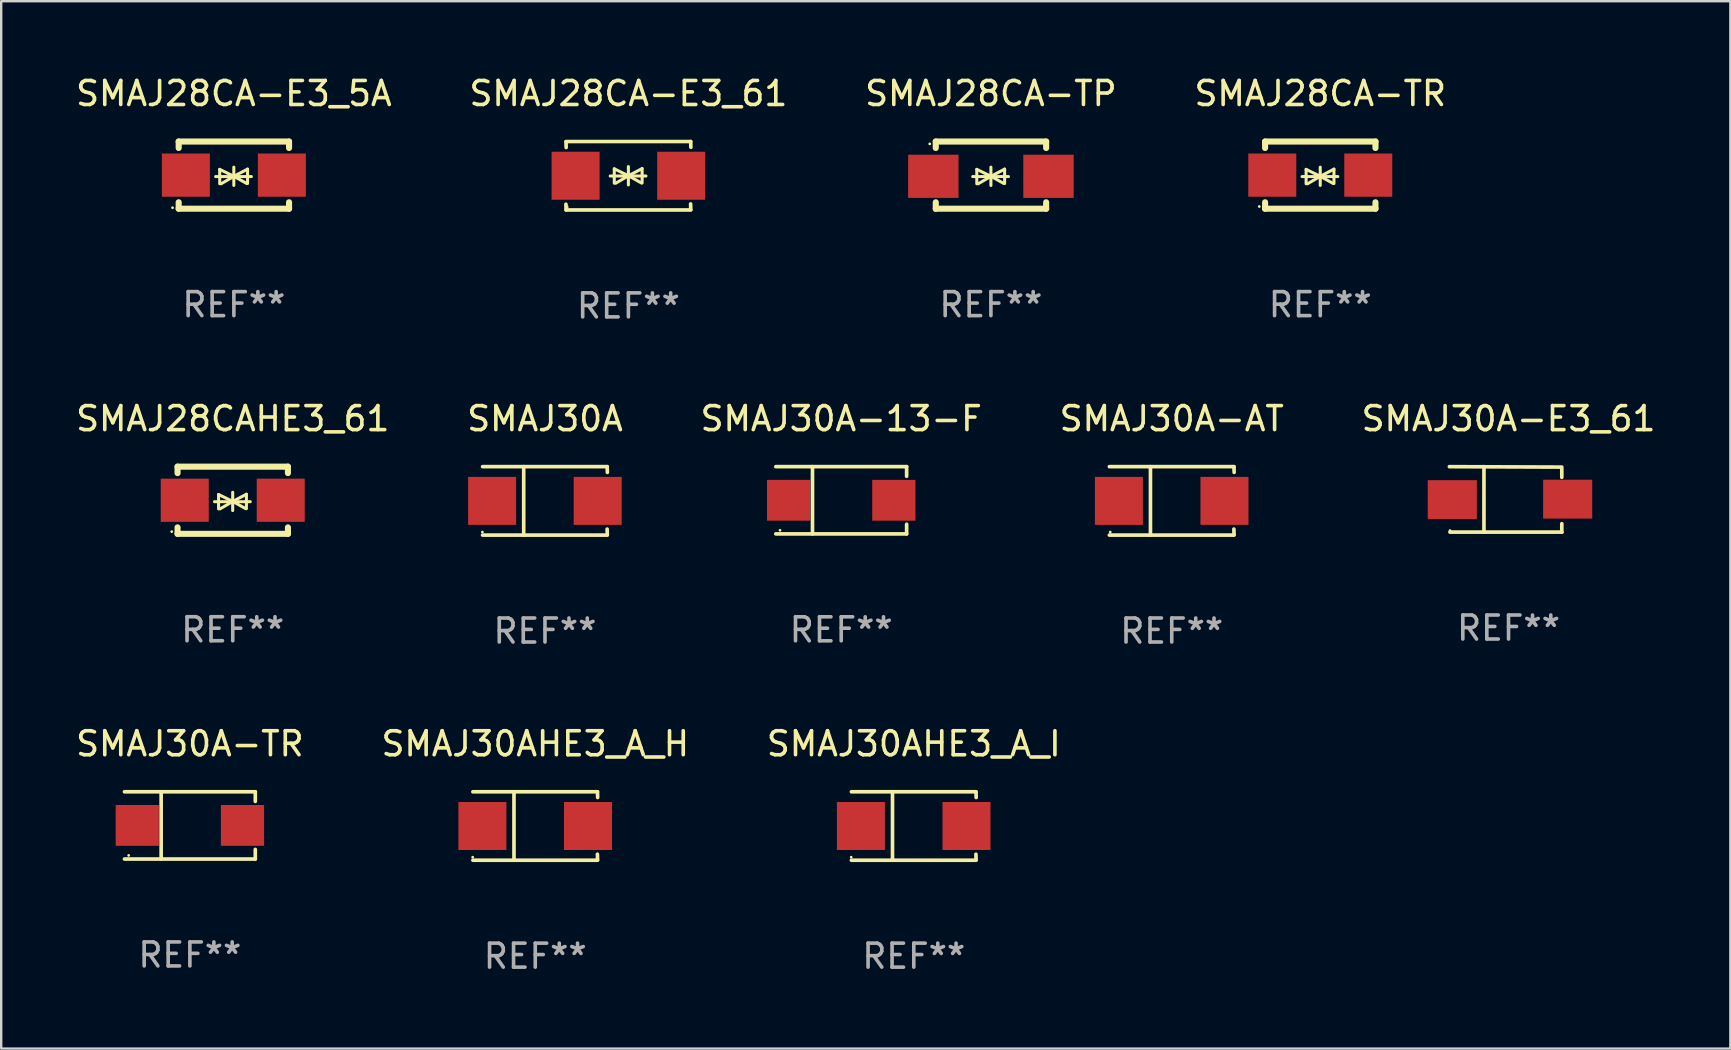
<source format=kicad_pcb>
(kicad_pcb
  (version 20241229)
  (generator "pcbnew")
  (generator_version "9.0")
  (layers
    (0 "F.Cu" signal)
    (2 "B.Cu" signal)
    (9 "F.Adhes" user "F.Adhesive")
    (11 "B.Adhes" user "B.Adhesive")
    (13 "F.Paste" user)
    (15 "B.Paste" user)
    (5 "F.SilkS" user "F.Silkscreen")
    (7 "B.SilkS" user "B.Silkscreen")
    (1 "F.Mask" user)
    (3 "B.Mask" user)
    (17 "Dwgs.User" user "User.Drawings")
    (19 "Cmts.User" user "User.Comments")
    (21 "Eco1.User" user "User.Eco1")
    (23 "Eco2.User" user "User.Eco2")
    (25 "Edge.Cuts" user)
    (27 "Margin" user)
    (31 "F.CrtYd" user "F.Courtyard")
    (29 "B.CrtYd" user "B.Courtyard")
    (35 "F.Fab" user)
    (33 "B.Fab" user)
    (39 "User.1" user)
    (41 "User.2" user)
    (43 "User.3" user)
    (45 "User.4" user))
  (footprint "SMAJ28CA-E3_5A"
    (layer "F.Cu")
    (at 6.696 4.248)
    (property "Reference" "SMAJ28CA-E3_5A" (at 0 -3.4 0) (layer "F.SilkS") (effects (font (size 1 1) (thickness 0.15))))
    (attr through_hole)
    (fp_line (start -2.3 -1.4) (end -2.3 -1.131) (stroke (width 0.254) (type solid)) (layer "F.SilkS"))
    (fp_line (start -2.3 -1.4) (end 2.3 -1.4) (stroke (width 0.254) (type solid)) (layer "F.SilkS"))
    (fp_line (start -2.3 1.131) (end -2.3 1.4) (stroke (width 0.254) (type solid)) (layer "F.SilkS"))
    (fp_line (start -2.3 1.4) (end 2.3 1.4) (stroke (width 0.254) (type solid)) (layer "F.SilkS"))
    (fp_line (start -0.76 0.06) (end 0.73 0.06) (stroke (width 0.127) (type solid)) (layer "F.SilkS"))
    (fp_line (start -0.59 -0.24) (end -0.59 0.36) (stroke (width 0.127) (type solid)) (layer "F.SilkS"))
    (fp_line (start -0.59 -0.24) (end -0.002 0.049) (stroke (width 0.127) (type solid)) (layer "F.SilkS"))
    (fp_line (start -0.53 0.36) (end -0.002 0.049) (stroke (width 0.127) (type solid)) (layer "F.SilkS"))
    (fp_line (start -0.002 0.049) (end -0.002 -0.332) (stroke (width 0.127) (type solid)) (layer "F.SilkS"))
    (fp_line (start -0.002 0.049) (end -0.002 0.43) (stroke (width 0.127) (type solid)) (layer "F.SilkS"))
    (fp_line (start 0.54 0.35) (end -0.002 0.049) (stroke (width 0.127) (type solid)) (layer "F.SilkS"))
    (fp_line (start 0.57 -0.25) (end -0.002 0.049) (stroke (width 0.127) (type solid)) (layer "F.SilkS"))
    (fp_line (start 0.57 -0.25) (end 0.57 0.35) (stroke (width 0.127) (type solid)) (layer "F.SilkS"))
    (fp_line (start 2.3 -1.4) (end 2.3 -1.131) (stroke (width 0.254) (type solid)) (layer "F.SilkS"))
    (fp_line (start 2.3 1.131) (end 2.3 1.4) (stroke (width 0.254) (type solid)) (layer "F.SilkS"))
    (fp_circle (center -2.555 1.358) (end -2.525 1.358) (stroke (width 0.06) (type solid)) (fill no) (layer "F.SilkS"))
    (fp_text user "REF**" (at 0 5.4 0) (layer "F.Fab") (effects (font (size 1 1) (thickness 0.15))))
    (pad "1" smd rect (at -2 -0.000025) (size 2 1.8) (layers "F.Cu" "F.Mask" "F.Paste"))
    (pad "2" smd rect (at 2 -0.000025) (size 2 1.8) (layers "F.Cu" "F.Mask" "F.Paste")))
  (footprint "SMAJ28CA-E3_61"
    (layer "F.Cu")
    (at 23.137 4.274)
    (property "Reference" "SMAJ28CA-E3_61" (at 0 -3.426 0) (layer "F.SilkS") (effects (font (size 1 1) (thickness 0.15))))
    (attr through_hole)
    (fp_line (start -2.596 -1.426) (end 2.596 -1.426) (stroke (width 0.152) (type solid)) (layer "F.SilkS"))
    (fp_line (start -2.596 1.426) (end -2.603 1.187) (stroke (width 0.152) (type solid)) (layer "F.SilkS"))
    (fp_line (start -2.596 1.426) (end 2.596 1.426) (stroke (width 0.152) (type solid)) (layer "F.SilkS"))
    (fp_line (start -2.593 -1.176) (end -2.6 -1.415) (stroke (width 0.152) (type solid)) (layer "F.SilkS"))
    (fp_line (start -0.758 0.011) (end 0.732 0.011) (stroke (width 0.127) (type solid)) (layer "F.SilkS"))
    (fp_line (start -0.588 -0.289) (end -0.588 0.311) (stroke (width 0.127) (type solid)) (layer "F.SilkS"))
    (fp_line (start -0.588 -0.289) (end 0 0) (stroke (width 0.127) (type solid)) (layer "F.SilkS"))
    (fp_line (start -0.528 0.311) (end 0 0) (stroke (width 0.127) (type solid)) (layer "F.SilkS"))
    (fp_line (start 0 0) (end 0 -0.381) (stroke (width 0.127) (type solid)) (layer "F.SilkS"))
    (fp_line (start 0 0) (end 0 0.381) (stroke (width 0.127) (type solid)) (layer "F.SilkS"))
    (fp_line (start 0.542 0.301) (end 0 0) (stroke (width 0.127) (type solid)) (layer "F.SilkS"))
    (fp_line (start 0.572 -0.299) (end 0 0) (stroke (width 0.127) (type solid)) (layer "F.SilkS"))
    (fp_line (start 0.572 -0.299) (end 0.572 0.301) (stroke (width 0.127) (type solid)) (layer "F.SilkS"))
    (fp_line (start 2.593 1.176) (end 2.6 1.415) (stroke (width 0.152) (type solid)) (layer "F.SilkS"))
    (fp_line (start 2.596 -1.426) (end 2.603 -1.187) (stroke (width 0.152) (type solid)) (layer "F.SilkS"))
    (fp_circle (center -2.55 1.3) (end -2.52 1.3) (stroke (width 0.06) (type solid)) (fill no) (layer "F.SilkS"))
    (fp_text user "REF**" (at 0 5.426 0) (layer "F.Fab") (effects (font (size 1 1) (thickness 0.15))))
    (pad "1" smd rect (at -2.2 0 180) (size 2 2) (layers "F.Cu" "F.Mask" "F.Paste"))
    (pad "2" smd rect (at 2.2 0 180) (size 2 2) (layers "F.Cu" "F.Mask" "F.Paste")))
  (footprint "SMAJ30AHE3_A_I"
    (layer "F.Cu")
    (at 35.03 31.372)
    (property "Reference" "SMAJ30AHE3_A_I" (at 0 -3.426 0) (layer "F.SilkS") (effects (font (size 1 1) (thickness 0.15))))
    (attr through_hole)
    (fp_line (start -2.6 -1.426) (end 2.593 -1.426) (stroke (width 0.152) (type solid)) (layer "F.SilkS"))
    (fp_line (start -2.6 1.426) (end 2.593 1.426) (stroke (width 0.152) (type solid)) (layer "F.SilkS"))
    (fp_line (start -0.887 -1.426) (end -0.887 1.426) (stroke (width 0.152) (type solid)) (layer "F.SilkS"))
    (fp_line (start 2.59 1.176) (end 2.597 1.415) (stroke (width 0.152) (type solid)) (layer "F.SilkS"))
    (fp_line (start 2.593 -1.426) (end 2.6 -1.187) (stroke (width 0.152) (type solid)) (layer "F.SilkS"))
    (fp_circle (center -2.608 1.3) (end -2.578 1.3) (stroke (width 0.06) (type solid)) (fill no) (layer "F.SilkS"))
    (fp_text user "REF**" (at 0 5.426 0) (layer "F.Fab") (effects (font (size 1 1) (thickness 0.15))))
    (pad "1" smd rect (at -2.203 0 180) (size 2 2) (layers "F.Cu" "F.Mask" "F.Paste"))
    (pad "2" smd rect (at 2.197 0 180) (size 2 2) (layers "F.Cu" "F.Mask" "F.Paste")))
  (footprint "SMAJ30A-E3_61"
    (layer "F.Cu")
    (at 59.815 17.761)
    (property "Reference" "SMAJ30A-E3_61" (at 0 -3.364 0) (layer "F.SilkS") (effects (font (size 1 1) (thickness 0.15))))
    (attr through_hole)
    (fp_line (start -2.465 -1.364) (end 2.22 -1.346) (stroke (width 0.152) (type solid)) (layer "F.SilkS"))
    (fp_line (start -2.442 1.364) (end 2.226 1.364) (stroke (width 0.152) (type solid)) (layer "F.SilkS"))
    (fp_line (start -1.024 -1.364) (end -1.024 1.364) (stroke (width 0.152) (type solid)) (layer "F.SilkS"))
    (fp_line (start 2.22 -1.27) (end 2.22 -0.919) (stroke (width 0.152) (type solid)) (layer "F.SilkS"))
    (fp_line (start 2.22 1.364) (end 2.22 1.013) (stroke (width 0.152) (type solid)) (layer "F.SilkS"))
    (fp_circle (center -2.439 1.3) (end -2.409 1.3) (stroke (width 0.06) (type solid)) (fill no) (layer "F.SilkS"))
    (fp_text user "REF**" (at 0 5.364 0) (layer "F.Fab") (effects (font (size 1 1) (thickness 0.15))))
    (pad "1" smd rect (at -2.343 0.009) (size 2.046 1.62) (layers "F.Cu" "F.Mask" "F.Paste"))
    (pad "2" smd rect (at 2.465 -0.009 180) (size 2.046 1.62) (layers "F.Cu" "F.Mask" "F.Paste")))
  (footprint "SMAJ30A"
    (layer "F.Cu")
    (at 19.661 17.823)
    (property "Reference" "SMAJ30A" (at 0 -3.426 0) (layer "F.SilkS") (effects (font (size 1 1) (thickness 0.15))))
    (attr through_hole)
    (fp_line (start -2.6 -1.426) (end 2.593 -1.426) (stroke (width 0.152) (type solid)) (layer "F.SilkS"))
    (fp_line (start -2.6 1.426) (end 2.593 1.426) (stroke (width 0.152) (type solid)) (layer "F.SilkS"))
    (fp_line (start -0.887 -1.426) (end -0.887 1.426) (stroke (width 0.152) (type solid)) (layer "F.SilkS"))
    (fp_line (start 2.59 1.176) (end 2.597 1.415) (stroke (width 0.152) (type solid)) (layer "F.SilkS"))
    (fp_line (start 2.593 -1.426) (end 2.6 -1.187) (stroke (width 0.152) (type solid)) (layer "F.SilkS"))
    (fp_circle (center -2.608 1.3) (end -2.578 1.3) (stroke (width 0.06) (type solid)) (fill no) (layer "F.SilkS"))
    (fp_text user "REF**" (at 0 5.426 0) (layer "F.Fab") (effects (font (size 1 1) (thickness 0.15))))
    (pad "1" smd rect (at -2.203 0 180) (size 2 2) (layers "F.Cu" "F.Mask" "F.Paste"))
    (pad "2" smd rect (at 2.197 0 180) (size 2 2) (layers "F.Cu" "F.Mask" "F.Paste")))
  (footprint "SMAJ28CA-TP"
    (layer "F.Cu")
    (at 38.244 4.248)
    (property "Reference" "SMAJ28CA-TP" (at 0 -3.4 0) (layer "F.SilkS") (effects (font (size 1 1) (thickness 0.15))))
    (attr through_hole)
    (fp_line (start -2.298 -1.4) (end -2.298 -1.131) (stroke (width 0.254) (type solid)) (layer "F.SilkS"))
    (fp_line (start -2.298 -1.4) (end 2.302 -1.4) (stroke (width 0.254) (type solid)) (layer "F.SilkS"))
    (fp_line (start -2.298 1.131) (end -2.298 1.4) (stroke (width 0.254) (type solid)) (layer "F.SilkS"))
    (fp_line (start -2.298 1.4) (end 2.302 1.4) (stroke (width 0.254) (type solid)) (layer "F.SilkS"))
    (fp_line (start -0.758 0.06) (end 0.732 0.06) (stroke (width 0.127) (type solid)) (layer "F.SilkS"))
    (fp_line (start -0.588 -0.24) (end -0.588 0.36) (stroke (width 0.127) (type solid)) (layer "F.SilkS"))
    (fp_line (start -0.588 -0.24) (end 0.000025 0.049) (stroke (width 0.127) (type solid)) (layer "F.SilkS"))
    (fp_line (start -0.528 0.36) (end 0.000025 0.049) (stroke (width 0.127) (type solid)) (layer "F.SilkS"))
    (fp_line (start 0.000025 0.049) (end 0.000025 -0.332) (stroke (width 0.127) (type solid)) (layer "F.SilkS"))
    (fp_line (start 0.000025 0.049) (end 0.000025 0.43) (stroke (width 0.127) (type solid)) (layer "F.SilkS"))
    (fp_line (start 0.542 0.35) (end 0.000025 0.049) (stroke (width 0.127) (type solid)) (layer "F.SilkS"))
    (fp_line (start 0.572 -0.25) (end 0.000025 0.049) (stroke (width 0.127) (type solid)) (layer "F.SilkS"))
    (fp_line (start 0.572 -0.25) (end 0.572 0.35) (stroke (width 0.127) (type solid)) (layer "F.SilkS"))
    (fp_line (start 2.302 -1.4) (end 2.302 -1.131) (stroke (width 0.254) (type solid)) (layer "F.SilkS"))
    (fp_line (start 2.302 1.131) (end 2.302 1.4) (stroke (width 0.254) (type solid)) (layer "F.SilkS"))
    (fp_circle (center -2.549 -1.301) (end -2.519 -1.301) (stroke (width 0.06) (type solid)) (fill no) (layer "F.SilkS"))
    (fp_text user "REF**" (at 0 5.4 0) (layer "F.Fab") (effects (font (size 1 1) (thickness 0.15))))
    (pad "1" smd rect (at -2.4 0.049) (size 2.1 1.8) (layers "F.Cu" "F.Mask" "F.Paste"))
    (pad "2" smd rect (at 2.4 0.049) (size 2.1 1.8) (layers "F.Cu" "F.Mask" "F.Paste")))
  (footprint "SMAJ30A-TR"
    (layer "F.Cu")
    (at 4.863 31.347)
    (property "Reference" "SMAJ30A-TR" (at 0 -3.401 0) (layer "F.SilkS") (effects (font (size 1 1) (thickness 0.15))))
    (attr through_hole)
    (fp_line (start -2.726 -1.401) (end 2.726 -1.401) (stroke (width 0.152) (type solid)) (layer "F.SilkS"))
    (fp_line (start -2.726 1.401) (end 2.726 1.401) (stroke (width 0.152) (type solid)) (layer "F.SilkS"))
    (fp_line (start -1.197 -1.401) (end -1.197 1.401) (stroke (width 0.152) (type solid)) (layer "F.SilkS"))
    (fp_line (start 2.726 -1.401) (end 2.726 -1) (stroke (width 0.152) (type solid)) (layer "F.SilkS"))
    (fp_line (start 2.726 1.401) (end 2.726 1) (stroke (width 0.152) (type solid)) (layer "F.SilkS"))
    (fp_circle (center -2.55 1.25) (end -2.52 1.25) (stroke (width 0.06) (type solid)) (fill no) (layer "F.SilkS"))
    (fp_text user "REF**" (at 0 5.401 0) (layer "F.Fab") (effects (font (size 1 1) (thickness 0.15))))
    (pad "1" smd rect (at -2.192 0) (size 1.8 1.7) (layers "F.Cu" "F.Mask" "F.Paste"))
    (pad "2" smd rect (at 2.192 0) (size 1.8 1.7) (layers "F.Cu" "F.Mask" "F.Paste")))
  (footprint "SMAJ30A-AT"
    (layer "F.Cu")
    (at 45.78 17.823)
    (property "Reference" "SMAJ30A-AT" (at 0 -3.426 0) (layer "F.SilkS") (effects (font (size 1 1) (thickness 0.15))))
    (attr through_hole)
    (fp_line (start -2.6 -1.426) (end 2.593 -1.426) (stroke (width 0.152) (type solid)) (layer "F.SilkS"))
    (fp_line (start -2.6 1.426) (end 2.593 1.426) (stroke (width 0.152) (type solid)) (layer "F.SilkS"))
    (fp_line (start -0.887 -1.426) (end -0.887 1.426) (stroke (width 0.152) (type solid)) (layer "F.SilkS"))
    (fp_line (start 2.59 1.176) (end 2.597 1.415) (stroke (width 0.152) (type solid)) (layer "F.SilkS"))
    (fp_line (start 2.593 -1.426) (end 2.6 -1.187) (stroke (width 0.152) (type solid)) (layer "F.SilkS"))
    (fp_circle (center -2.563 1.3) (end -2.533 1.3) (stroke (width 0.06) (type solid)) (fill no) (layer "F.SilkS"))
    (fp_text user "REF**" (at 0 5.426 0) (layer "F.Fab") (effects (font (size 1 1) (thickness 0.15))))
    (pad "1" smd rect (at -2.203 -0.000025 180) (size 2 2) (layers "F.Cu" "F.Mask" "F.Paste"))
    (pad "2" smd rect (at 2.197 -0.000025 180) (size 2 2) (layers "F.Cu" "F.Mask" "F.Paste")))
  (footprint "SMAJ30AHE3_A_H"
    (layer "F.Cu")
    (at 19.256 31.372)
    (property "Reference" "SMAJ30AHE3_A_H" (at 0 -3.426 0) (layer "F.SilkS") (effects (font (size 1 1) (thickness 0.15))))
    (attr through_hole)
    (fp_line (start -2.6 -1.426) (end 2.593 -1.426) (stroke (width 0.152) (type solid)) (layer "F.SilkS"))
    (fp_line (start -2.6 1.426) (end 2.593 1.426) (stroke (width 0.152) (type solid)) (layer "F.SilkS"))
    (fp_line (start -0.887 -1.426) (end -0.887 1.426) (stroke (width 0.152) (type solid)) (layer "F.SilkS"))
    (fp_line (start 2.59 1.176) (end 2.597 1.415) (stroke (width 0.152) (type solid)) (layer "F.SilkS"))
    (fp_line (start 2.593 -1.426) (end 2.6 -1.187) (stroke (width 0.152) (type solid)) (layer "F.SilkS"))
    (fp_circle (center -2.608 1.3) (end -2.578 1.3) (stroke (width 0.06) (type solid)) (fill no) (layer "F.SilkS"))
    (fp_text user "REF**" (at 0 5.426 0) (layer "F.Fab") (effects (font (size 1 1) (thickness 0.15))))
    (pad "1" smd rect (at -2.203 0 180) (size 2 2) (layers "F.Cu" "F.Mask" "F.Paste"))
    (pad "2" smd rect (at 2.197 0 180) (size 2 2) (layers "F.Cu" "F.Mask" "F.Paste")))
  (footprint "SMAJ28CAHE3_61"
    (layer "F.Cu")
    (at 6.649 17.797)
    (property "Reference" "SMAJ28CAHE3_61" (at 0 -3.4 0) (layer "F.SilkS") (effects (font (size 1 1) (thickness 0.15))))
    (attr through_hole)
    (fp_line (start -2.3 -1.4) (end -2.3 -1.131) (stroke (width 0.254) (type solid)) (layer "F.SilkS"))
    (fp_line (start -2.3 -1.4) (end 2.3 -1.4) (stroke (width 0.254) (type solid)) (layer "F.SilkS"))
    (fp_line (start -2.3 1.131) (end -2.3 1.4) (stroke (width 0.254) (type solid)) (layer "F.SilkS"))
    (fp_line (start -2.3 1.4) (end 2.3 1.4) (stroke (width 0.254) (type solid)) (layer "F.SilkS"))
    (fp_line (start -0.76 0.06) (end 0.73 0.06) (stroke (width 0.127) (type solid)) (layer "F.SilkS"))
    (fp_line (start -0.59 -0.24) (end -0.59 0.36) (stroke (width 0.127) (type solid)) (layer "F.SilkS"))
    (fp_line (start -0.59 -0.24) (end -0.002 0.049) (stroke (width 0.127) (type solid)) (layer "F.SilkS"))
    (fp_line (start -0.53 0.36) (end -0.002 0.049) (stroke (width 0.127) (type solid)) (layer "F.SilkS"))
    (fp_line (start -0.002 0.049) (end -0.002 -0.332) (stroke (width 0.127) (type solid)) (layer "F.SilkS"))
    (fp_line (start -0.002 0.049) (end -0.002 0.43) (stroke (width 0.127) (type solid)) (layer "F.SilkS"))
    (fp_line (start 0.54 0.35) (end -0.002 0.049) (stroke (width 0.127) (type solid)) (layer "F.SilkS"))
    (fp_line (start 0.57 -0.25) (end -0.002 0.049) (stroke (width 0.127) (type solid)) (layer "F.SilkS"))
    (fp_line (start 0.57 -0.25) (end 0.57 0.35) (stroke (width 0.127) (type solid)) (layer "F.SilkS"))
    (fp_line (start 2.3 -1.4) (end 2.3 -1.131) (stroke (width 0.254) (type solid)) (layer "F.SilkS"))
    (fp_line (start 2.3 1.131) (end 2.3 1.4) (stroke (width 0.254) (type solid)) (layer "F.SilkS"))
    (fp_circle (center -2.542 1.308) (end -2.512 1.308) (stroke (width 0.06) (type solid)) (fill no) (layer "F.SilkS"))
    (fp_text user "REF**" (at 0 5.4 0) (layer "F.Fab") (effects (font (size 1 1) (thickness 0.15))))
    (pad "1" smd rect (at -2 0) (size 2 1.8) (layers "F.Cu" "F.Mask" "F.Paste"))
    (pad "2" smd rect (at 2 0) (size 2 1.8) (layers "F.Cu" "F.Mask" "F.Paste")))
  (footprint "SMAJ30A-13-F"
    (layer "F.Cu")
    (at 32.006 17.798)
    (property "Reference" "SMAJ30A-13-F" (at 0 -3.401 0) (layer "F.SilkS") (effects (font (size 1 1) (thickness 0.15))))
    (attr through_hole)
    (fp_line (start -2.726 -1.401) (end 2.726 -1.401) (stroke (width 0.152) (type solid)) (layer "F.SilkS"))
    (fp_line (start -2.726 1.401) (end 2.726 1.401) (stroke (width 0.152) (type solid)) (layer "F.SilkS"))
    (fp_line (start -1.197 -1.401) (end -1.197 1.401) (stroke (width 0.152) (type solid)) (layer "F.SilkS"))
    (fp_line (start 2.726 -1.401) (end 2.726 -1) (stroke (width 0.152) (type solid)) (layer "F.SilkS"))
    (fp_line (start 2.726 1.401) (end 2.726 1) (stroke (width 0.152) (type solid)) (layer "F.SilkS"))
    (fp_circle (center -2.55 1.25) (end -2.52 1.25) (stroke (width 0.06) (type solid)) (fill no) (layer "F.SilkS"))
    (fp_text user "REF**" (at 0 5.401 0) (layer "F.Fab") (effects (font (size 1 1) (thickness 0.15))))
    (pad "1" smd rect (at -2.192 0) (size 1.8 1.7) (layers "F.Cu" "F.Mask" "F.Paste"))
    (pad "2" smd rect (at 2.192 0) (size 1.8 1.7) (layers "F.Cu" "F.Mask" "F.Paste")))
  (footprint "SMAJ28CA-TR"
    (layer "F.Cu")
    (at 51.97 4.248)
    (property "Reference" "SMAJ28CA-TR" (at 0 -3.4 0) (layer "F.SilkS") (effects (font (size 1 1) (thickness 0.15))))
    (attr through_hole)
    (fp_line (start -2.3 -1.4) (end -2.3 -1.131) (stroke (width 0.254) (type solid)) (layer "F.SilkS"))
    (fp_line (start -2.3 -1.4) (end 2.3 -1.4) (stroke (width 0.254) (type solid)) (layer "F.SilkS"))
    (fp_line (start -2.3 1.131) (end -2.3 1.4) (stroke (width 0.254) (type solid)) (layer "F.SilkS"))
    (fp_line (start -2.3 1.4) (end 2.3 1.4) (stroke (width 0.254) (type solid)) (layer "F.SilkS"))
    (fp_line (start -0.76 0.06) (end 0.73 0.06) (stroke (width 0.127) (type solid)) (layer "F.SilkS"))
    (fp_line (start -0.59 -0.24) (end -0.59 0.36) (stroke (width 0.127) (type solid)) (layer "F.SilkS"))
    (fp_line (start -0.59 -0.24) (end -0.002 0.049) (stroke (width 0.127) (type solid)) (layer "F.SilkS"))
    (fp_line (start -0.53 0.36) (end -0.002 0.049) (stroke (width 0.127) (type solid)) (layer "F.SilkS"))
    (fp_line (start -0.002 0.049) (end -0.002 -0.332) (stroke (width 0.127) (type solid)) (layer "F.SilkS"))
    (fp_line (start -0.002 0.049) (end -0.002 0.43) (stroke (width 0.127) (type solid)) (layer "F.SilkS"))
    (fp_line (start 0.54 0.35) (end -0.002 0.049) (stroke (width 0.127) (type solid)) (layer "F.SilkS"))
    (fp_line (start 0.57 -0.25) (end -0.002 0.049) (stroke (width 0.127) (type solid)) (layer "F.SilkS"))
    (fp_line (start 0.57 -0.25) (end 0.57 0.35) (stroke (width 0.127) (type solid)) (layer "F.SilkS"))
    (fp_line (start 2.3 -1.4) (end 2.3 -1.131) (stroke (width 0.254) (type solid)) (layer "F.SilkS"))
    (fp_line (start 2.3 1.131) (end 2.3 1.4) (stroke (width 0.254) (type solid)) (layer "F.SilkS"))
    (fp_circle (center -2.542 1.308) (end -2.512 1.308) (stroke (width 0.06) (type solid)) (fill no) (layer "F.SilkS"))
    (fp_text user "REF**" (at 0 5.4 0) (layer "F.Fab") (effects (font (size 1 1) (thickness 0.15))))
    (pad "1" smd rect (at -2 0) (size 2 1.8) (layers "F.Cu" "F.Mask" "F.Paste"))
    (pad "2" smd rect (at 2 0) (size 2 1.8) (layers "F.Cu" "F.Mask" "F.Paste")))
  (gr_rect
    (start -3 -3)
    (end 69.06 40.647)
    (stroke (width 0.1) (type default))
    (fill no)
    (layer "Edge.Cuts")))
</source>
